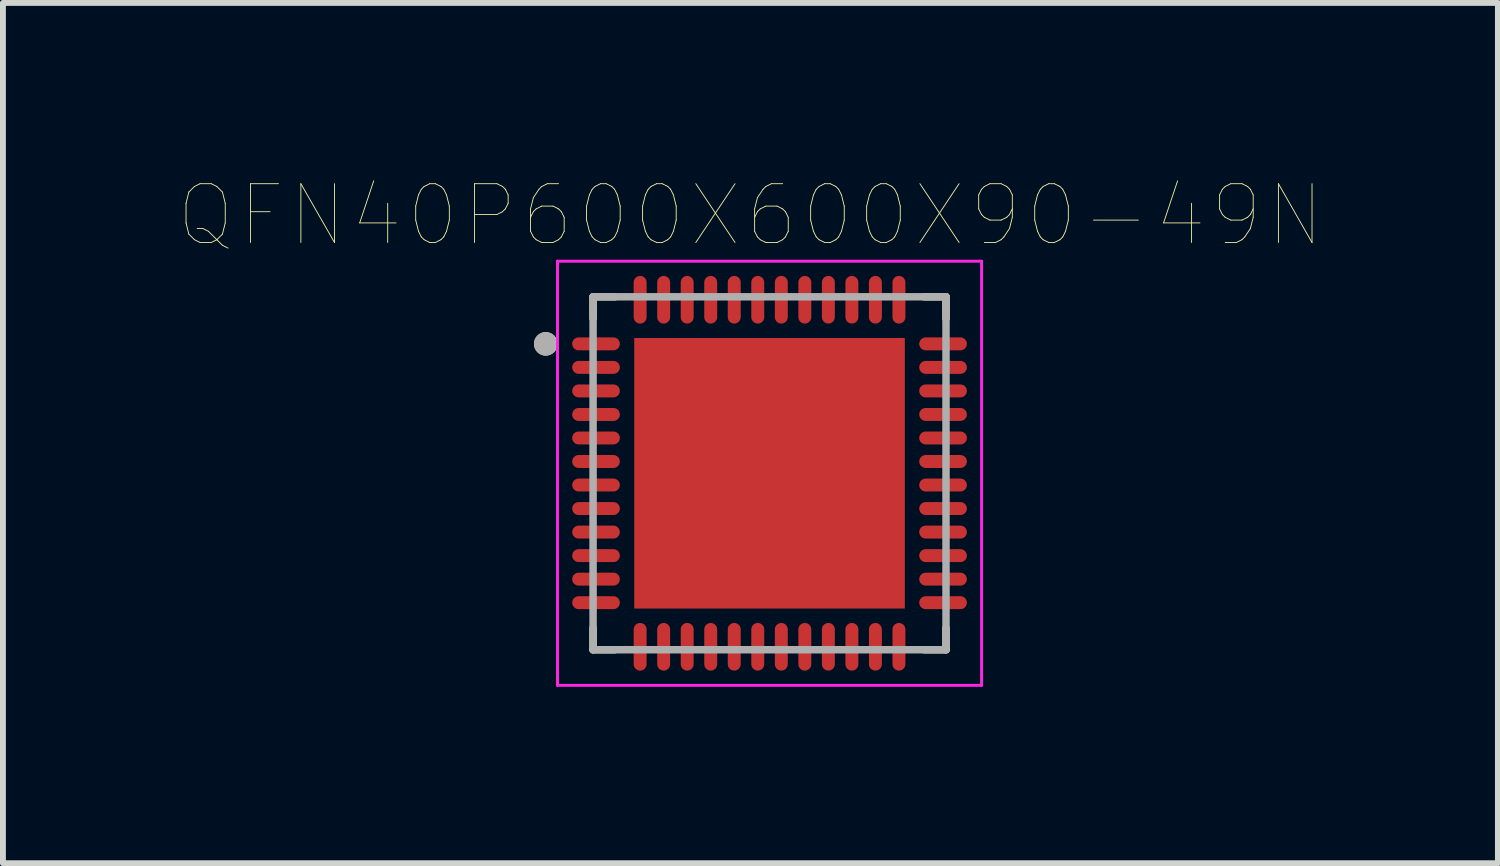
<source format=kicad_pcb>
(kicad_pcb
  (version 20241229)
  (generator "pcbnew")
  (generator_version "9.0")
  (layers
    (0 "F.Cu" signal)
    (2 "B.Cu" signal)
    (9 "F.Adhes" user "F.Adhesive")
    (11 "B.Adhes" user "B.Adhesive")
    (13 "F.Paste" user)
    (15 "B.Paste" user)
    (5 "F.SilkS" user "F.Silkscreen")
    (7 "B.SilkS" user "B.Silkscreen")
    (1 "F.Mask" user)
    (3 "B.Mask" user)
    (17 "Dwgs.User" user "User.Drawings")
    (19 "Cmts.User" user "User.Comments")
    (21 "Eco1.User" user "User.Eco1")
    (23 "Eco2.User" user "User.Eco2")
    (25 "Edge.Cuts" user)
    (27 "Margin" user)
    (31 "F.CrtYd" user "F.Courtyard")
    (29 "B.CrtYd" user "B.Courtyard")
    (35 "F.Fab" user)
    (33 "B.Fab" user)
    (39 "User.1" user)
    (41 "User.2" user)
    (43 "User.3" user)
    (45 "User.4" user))
  (footprint "QFN40P600X600X90-49N"
    (layer "F.Cu")
    (at 10.033 4.996)
    (property "Reference" "QFN40P600X600X90-49N" (at -0.325 -4.385 0) (layer "F.SilkS") (effects (font (size 1 1) (thickness 0.015))))
    (attr through_hole)
    (fp_line (start -3 -3) (end -2.63 -3) (stroke (width 0.127) (type solid)) (layer "F.SilkS"))
    (fp_line (start -3 -2.63) (end -3 -3) (stroke (width 0.127) (type solid)) (layer "F.SilkS"))
    (fp_line (start -3 3) (end -3 2.63) (stroke (width 0.127) (type solid)) (layer "F.SilkS"))
    (fp_line (start -2.63 3) (end -3 3) (stroke (width 0.127) (type solid)) (layer "F.SilkS"))
    (fp_line (start 2.63 -3) (end 3 -3) (stroke (width 0.127) (type solid)) (layer "F.SilkS"))
    (fp_line (start 3 -3) (end 3 -2.63) (stroke (width 0.127) (type solid)) (layer "F.SilkS"))
    (fp_line (start 3 2.63) (end 3 3) (stroke (width 0.127) (type solid)) (layer "F.SilkS"))
    (fp_line (start 3 3) (end 2.63 3) (stroke (width 0.127) (type solid)) (layer "F.SilkS"))
    (fp_circle (center -3.805 -2.2) (end -3.705 -2.2) (stroke (width 0.2) (type solid)) (fill no) (layer "F.SilkS"))
    (fp_poly (pts (xy -1.965 -1.965) (xy -0.335 -1.965) (xy -0.335 -0.335) (xy -1.965 -0.335)) (stroke (width 0.01) (type solid)) (fill yes) (layer "F.Paste"))
    (fp_poly (pts (xy -1.965 0.335) (xy -0.335 0.335) (xy -0.335 1.965) (xy -1.965 1.965)) (stroke (width 0.01) (type solid)) (fill yes) (layer "F.Paste"))
    (fp_poly (pts (xy 0.335 -1.965) (xy 1.965 -1.965) (xy 1.965 -0.335) (xy 0.335 -0.335)) (stroke (width 0.01) (type solid)) (fill yes) (layer "F.Paste"))
    (fp_poly (pts (xy 0.335 0.335) (xy 1.965 0.335) (xy 1.965 1.965) (xy 0.335 1.965)) (stroke (width 0.01) (type solid)) (fill yes) (layer "F.Paste"))
    (fp_line (start -3.605 -3.605) (end 3.605 -3.605) (stroke (width 0.05) (type solid)) (layer "F.CrtYd"))
    (fp_line (start -3.605 3.605) (end -3.605 -3.605) (stroke (width 0.05) (type solid)) (layer "F.CrtYd"))
    (fp_line (start 3.605 -3.605) (end 3.605 3.605) (stroke (width 0.05) (type solid)) (layer "F.CrtYd"))
    (fp_line (start 3.605 3.605) (end -3.605 3.605) (stroke (width 0.05) (type solid)) (layer "F.CrtYd"))
    (fp_line (start -3 -3) (end 3 -3) (stroke (width 0.127) (type solid)) (layer "F.Fab"))
    (fp_line (start -3 3) (end -3 -3) (stroke (width 0.127) (type solid)) (layer "F.Fab"))
    (fp_line (start 3 -3) (end 3 3) (stroke (width 0.127) (type solid)) (layer "F.Fab"))
    (fp_line (start 3 3) (end -3 3) (stroke (width 0.127) (type solid)) (layer "F.Fab"))
    (fp_circle (center -3.805 -2.2) (end -3.705 -2.2) (stroke (width 0.2) (type solid)) (fill no) (layer "F.Fab"))
    (pad "1" smd oval (at -2.95 -2.2) (size 0.81 0.22) (layers "F.Cu" "F.Mask" "F.Paste"))
    (pad "2" smd oval (at -2.95 -1.8) (size 0.81 0.22) (layers "F.Cu" "F.Mask" "F.Paste"))
    (pad "3" smd oval (at -2.95 -1.4) (size 0.81 0.22) (layers "F.Cu" "F.Mask" "F.Paste"))
    (pad "4" smd oval (at -2.95 -1) (size 0.81 0.22) (layers "F.Cu" "F.Mask" "F.Paste"))
    (pad "5" smd oval (at -2.95 -0.6) (size 0.81 0.22) (layers "F.Cu" "F.Mask" "F.Paste"))
    (pad "6" smd oval (at -2.95 -0.2) (size 0.81 0.22) (layers "F.Cu" "F.Mask" "F.Paste"))
    (pad "7" smd oval (at -2.95 0.2) (size 0.81 0.22) (layers "F.Cu" "F.Mask" "F.Paste"))
    (pad "8" smd oval (at -2.95 0.6) (size 0.81 0.22) (layers "F.Cu" "F.Mask" "F.Paste"))
    (pad "9" smd oval (at -2.95 1) (size 0.81 0.22) (layers "F.Cu" "F.Mask" "F.Paste"))
    (pad "10" smd oval (at -2.95 1.4) (size 0.81 0.22) (layers "F.Cu" "F.Mask" "F.Paste"))
    (pad "11" smd oval (at -2.95 1.8) (size 0.81 0.22) (layers "F.Cu" "F.Mask" "F.Paste"))
    (pad "12" smd oval (at -2.95 2.2) (size 0.81 0.22) (layers "F.Cu" "F.Mask" "F.Paste"))
    (pad "13" smd oval (at -2.2 2.95) (size 0.22 0.81) (layers "F.Cu" "F.Mask" "F.Paste"))
    (pad "14" smd oval (at -1.8 2.95) (size 0.22 0.81) (layers "F.Cu" "F.Mask" "F.Paste"))
    (pad "15" smd oval (at -1.4 2.95) (size 0.22 0.81) (layers "F.Cu" "F.Mask" "F.Paste"))
    (pad "16" smd oval (at -1 2.95) (size 0.22 0.81) (layers "F.Cu" "F.Mask" "F.Paste"))
    (pad "17" smd oval (at -0.6 2.95) (size 0.22 0.81) (layers "F.Cu" "F.Mask" "F.Paste"))
    (pad "18" smd oval (at -0.2 2.95) (size 0.22 0.81) (layers "F.Cu" "F.Mask" "F.Paste"))
    (pad "19" smd oval (at 0.2 2.95) (size 0.22 0.81) (layers "F.Cu" "F.Mask" "F.Paste"))
    (pad "20" smd oval (at 0.6 2.95) (size 0.22 0.81) (layers "F.Cu" "F.Mask" "F.Paste"))
    (pad "21" smd oval (at 1 2.95) (size 0.22 0.81) (layers "F.Cu" "F.Mask" "F.Paste"))
    (pad "22" smd oval (at 1.4 2.95) (size 0.22 0.81) (layers "F.Cu" "F.Mask" "F.Paste"))
    (pad "23" smd oval (at 1.8 2.95) (size 0.22 0.81) (layers "F.Cu" "F.Mask" "F.Paste"))
    (pad "24" smd oval (at 2.2 2.95) (size 0.22 0.81) (layers "F.Cu" "F.Mask" "F.Paste"))
    (pad "25" smd oval (at 2.95 2.2) (size 0.81 0.22) (layers "F.Cu" "F.Mask" "F.Paste"))
    (pad "26" smd oval (at 2.95 1.8) (size 0.81 0.22) (layers "F.Cu" "F.Mask" "F.Paste"))
    (pad "27" smd oval (at 2.95 1.4) (size 0.81 0.22) (layers "F.Cu" "F.Mask" "F.Paste"))
    (pad "28" smd oval (at 2.95 1) (size 0.81 0.22) (layers "F.Cu" "F.Mask" "F.Paste"))
    (pad "29" smd oval (at 2.95 0.6) (size 0.81 0.22) (layers "F.Cu" "F.Mask" "F.Paste"))
    (pad "30" smd oval (at 2.95 0.2) (size 0.81 0.22) (layers "F.Cu" "F.Mask" "F.Paste"))
    (pad "31" smd oval (at 2.95 -0.2) (size 0.81 0.22) (layers "F.Cu" "F.Mask" "F.Paste"))
    (pad "32" smd oval (at 2.95 -0.6) (size 0.81 0.22) (layers "F.Cu" "F.Mask" "F.Paste"))
    (pad "33" smd oval (at 2.95 -1) (size 0.81 0.22) (layers "F.Cu" "F.Mask" "F.Paste"))
    (pad "34" smd oval (at 2.95 -1.4) (size 0.81 0.22) (layers "F.Cu" "F.Mask" "F.Paste"))
    (pad "35" smd oval (at 2.95 -1.8) (size 0.81 0.22) (layers "F.Cu" "F.Mask" "F.Paste"))
    (pad "36" smd oval (at 2.95 -2.2) (size 0.81 0.22) (layers "F.Cu" "F.Mask" "F.Paste"))
    (pad "37" smd oval (at 2.2 -2.95) (size 0.22 0.81) (layers "F.Cu" "F.Mask" "F.Paste"))
    (pad "38" smd oval (at 1.8 -2.95) (size 0.22 0.81) (layers "F.Cu" "F.Mask" "F.Paste"))
    (pad "39" smd oval (at 1.4 -2.95) (size 0.22 0.81) (layers "F.Cu" "F.Mask" "F.Paste"))
    (pad "40" smd oval (at 1 -2.95) (size 0.22 0.81) (layers "F.Cu" "F.Mask" "F.Paste"))
    (pad "41" smd oval (at 0.6 -2.95) (size 0.22 0.81) (layers "F.Cu" "F.Mask" "F.Paste"))
    (pad "42" smd oval (at 0.2 -2.95) (size 0.22 0.81) (layers "F.Cu" "F.Mask" "F.Paste"))
    (pad "43" smd oval (at -0.2 -2.95) (size 0.22 0.81) (layers "F.Cu" "F.Mask" "F.Paste"))
    (pad "44" smd oval (at -0.6 -2.95) (size 0.22 0.81) (layers "F.Cu" "F.Mask" "F.Paste"))
    (pad "45" smd oval (at -1 -2.95) (size 0.22 0.81) (layers "F.Cu" "F.Mask" "F.Paste"))
    (pad "46" smd oval (at -1.4 -2.95) (size 0.22 0.81) (layers "F.Cu" "F.Mask" "F.Paste"))
    (pad "47" smd oval (at -1.8 -2.95) (size 0.22 0.81) (layers "F.Cu" "F.Mask" "F.Paste"))
    (pad "48" smd oval (at -2.2 -2.95) (size 0.22 0.81) (layers "F.Cu" "F.Mask" "F.Paste"))
    (pad "49" smd rect (at 0 0) (size 4.6 4.6) (layers "F.Cu" "F.Mask")))
  (gr_rect
    (start -3 -3)
    (end 22.416 11.626)
    (stroke (width 0.1) (type default))
    (fill no)
    (layer "Edge.Cuts")))
</source>
